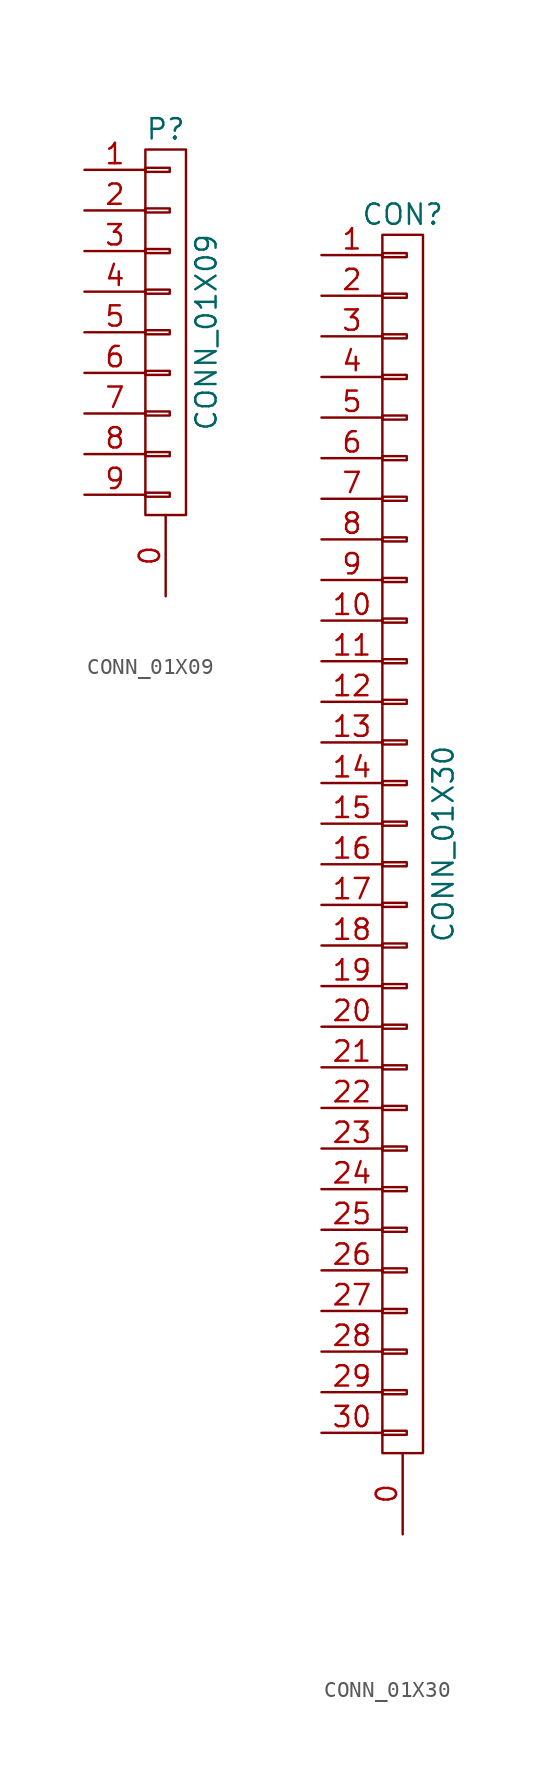
<source format=kicad_sym>
(kicad_symbol_lib
  (version 20241209)
  (generator "kicad_symbol_editor")
  (generator_version "9.0")
  (symbol "CONN_01X09"
    (pin_names
      (offset 1.016)
      (hide yes))
    (property "Reference" "P"
      (at 0 12.7 0)
      (effects (font (size 1.27 1.27))))
    (property "Value" "CONN_01X09"
      (at 2.54 0 90)
      (effects (font (size 1.27 1.27))))
    (property "Footprint" ""
      (at 0 0 0)
      (effects (font (size 1.27 1.27))))
    (property "Datasheet" ""
      (at 0 0 0)
      (effects (font (size 1.27 1.27))))
    (symbol "CONN_01X09_0_1"
      (rectangle (start -1.27 11.43) (end 1.27 -11.43) (stroke (width 0) (type solid)) (fill (type none)))
      (rectangle (start -1.27 10.287) (end 0.254 10.033) (stroke (width 0) (type solid)) (fill (type none)))
      (rectangle (start -1.27 7.747) (end 0.254 7.493) (stroke (width 0) (type solid)) (fill (type none)))
      (rectangle (start -1.27 5.207) (end 0.254 4.953) (stroke (width 0) (type solid)) (fill (type none)))
      (rectangle (start -1.27 2.667) (end 0.254 2.413) (stroke (width 0) (type solid)) (fill (type none)))
      (rectangle (start -1.27 0.127) (end 0.254 -0.127) (stroke (width 0) (type solid)) (fill (type none)))
      (rectangle (start -1.27 -2.413) (end 0.254 -2.667) (stroke (width 0) (type solid)) (fill (type none)))
      (rectangle (start -1.27 -4.953) (end 0.254 -5.207) (stroke (width 0) (type solid)) (fill (type none)))
      (rectangle (start -1.27 -7.493) (end 0.254 -7.747) (stroke (width 0) (type solid)) (fill (type none)))
      (rectangle (start -1.27 -10.033) (end 0.254 -10.287) (stroke (width 0) (type solid)) (fill (type none))))
    (symbol "CONN_01X09_1_1"
      (pin passive line (at -5.08 10.16 0) (length 3.81) (name "P1" (effects (font (size 1.27 1.27)))) (number "1" (effects (font (size 1.27 1.27)))))
      (pin passive line (at -5.08 7.62 0) (length 3.81) (name "P2" (effects (font (size 1.27 1.27)))) (number "2" (effects (font (size 1.27 1.27)))))
      (pin passive line (at -5.08 5.08 0) (length 3.81) (name "P3" (effects (font (size 1.27 1.27)))) (number "3" (effects (font (size 1.27 1.27)))))
      (pin passive line (at -5.08 2.54 0) (length 3.81) (name "P4" (effects (font (size 1.27 1.27)))) (number "4" (effects (font (size 1.27 1.27)))))
      (pin passive line (at -5.08 0 0) (length 3.81) (name "P5" (effects (font (size 1.27 1.27)))) (number "5" (effects (font (size 1.27 1.27)))))
      (pin passive line (at -5.08 -2.54 0) (length 3.81) (name "P6" (effects (font (size 1.27 1.27)))) (number "6" (effects (font (size 1.27 1.27)))))
      (pin passive line (at -5.08 -5.08 0) (length 3.81) (name "P7" (effects (font (size 1.27 1.27)))) (number "7" (effects (font (size 1.27 1.27)))))
      (pin passive line (at -5.08 -7.62 0) (length 3.81) (name "P8" (effects (font (size 1.27 1.27)))) (number "8" (effects (font (size 1.27 1.27)))))
      (pin passive line (at -5.08 -10.16 0) (length 3.81) (name "P9" (effects (font (size 1.27 1.27)))) (number "9" (effects (font (size 1.27 1.27)))))
      (pin passive line (at 0 -16.51 90) (length 5.08) (name "P0" (effects (font (size 1.27 1.27)))) (number "0" (effects (font (size 1.27 1.27)))))))
  (symbol "CONN_01X30"
    (pin_names
      (offset 1.016)
      (hide yes))
    (property "Reference" "CON"
      (at 0 39.37 0)
      (effects (font (size 1.27 1.27))))
    (property "Value" "CONN_01X30"
      (at 2.54 0 90)
      (effects (font (size 1.27 1.27))))
    (property "Footprint" ""
      (at 0 0 0)
      (effects (font (size 1.27 1.27))))
    (property "Datasheet" ""
      (at 0 0 0)
      (effects (font (size 1.27 1.27))))
    (symbol "CONN_01X30_0_1"
      (rectangle (start -1.27 36.957) (end 0.254 36.703) (stroke (width 0) (type solid)) (fill (type none)))
      (rectangle (start -1.27 34.417) (end 0.254 34.163) (stroke (width 0) (type solid)) (fill (type none)))
      (rectangle (start -1.27 31.877) (end 0.254 31.623) (stroke (width 0) (type solid)) (fill (type none)))
      (rectangle (start -1.27 29.337) (end 0.254 29.083) (stroke (width 0) (type solid)) (fill (type none)))
      (rectangle (start -1.27 26.797) (end 0.254 26.543) (stroke (width 0) (type solid)) (fill (type none)))
      (rectangle (start -1.27 24.257) (end 0.254 24.003) (stroke (width 0) (type solid)) (fill (type none)))
      (rectangle (start -1.27 21.717) (end 0.254 21.463) (stroke (width 0) (type solid)) (fill (type none)))
      (rectangle (start -1.27 19.177) (end 0.254 18.923) (stroke (width 0) (type solid)) (fill (type none)))
      (rectangle (start -1.27 16.637) (end 0.254 16.383) (stroke (width 0) (type solid)) (fill (type none)))
      (rectangle (start -1.27 14.097) (end 0.254 13.843) (stroke (width 0) (type solid)) (fill (type none)))
      (rectangle (start -1.27 11.557) (end 0.254 11.303) (stroke (width 0) (type solid)) (fill (type none)))
      (rectangle (start -1.27 9.017) (end 0.254 8.763) (stroke (width 0) (type solid)) (fill (type none)))
      (rectangle (start -1.27 6.477) (end 0.254 6.223) (stroke (width 0) (type solid)) (fill (type none)))
      (rectangle (start -1.27 3.937) (end 0.254 3.683) (stroke (width 0) (type solid)) (fill (type none)))
      (rectangle (start -1.27 1.397) (end 0.254 1.143) (stroke (width 0) (type solid)) (fill (type none)))
      (rectangle (start -1.27 -1.143) (end 0.254 -1.397) (stroke (width 0) (type solid)) (fill (type none)))
      (rectangle (start -1.27 -3.683) (end 0.254 -3.937) (stroke (width 0) (type solid)) (fill (type none)))
      (rectangle (start -1.27 -6.223) (end 0.254 -6.477) (stroke (width 0) (type solid)) (fill (type none)))
      (rectangle (start -1.27 -8.763) (end 0.254 -9.017) (stroke (width 0) (type solid)) (fill (type none)))
      (rectangle (start -1.27 -11.303) (end 0.254 -11.557) (stroke (width 0) (type solid)) (fill (type none)))
      (rectangle (start -1.27 -13.843) (end 0.254 -14.097) (stroke (width 0) (type solid)) (fill (type none)))
      (rectangle (start -1.27 -16.383) (end 0.254 -16.637) (stroke (width 0) (type solid)) (fill (type none)))
      (rectangle (start -1.27 -18.923) (end 0.254 -19.177) (stroke (width 0) (type solid)) (fill (type none)))
      (rectangle (start -1.27 -21.463) (end 0.254 -21.717) (stroke (width 0) (type solid)) (fill (type none)))
      (rectangle (start -1.27 -24.003) (end 0.254 -24.257) (stroke (width 0) (type solid)) (fill (type none)))
      (rectangle (start -1.27 -26.543) (end 0.254 -26.797) (stroke (width 0) (type solid)) (fill (type none)))
      (rectangle (start -1.27 -29.083) (end 0.254 -29.337) (stroke (width 0) (type solid)) (fill (type none)))
      (rectangle (start -1.27 -31.623) (end 0.254 -31.877) (stroke (width 0) (type solid)) (fill (type none)))
      (rectangle (start -1.27 -34.163) (end 0.254 -34.417) (stroke (width 0) (type solid)) (fill (type none)))
      (rectangle (start -1.27 -36.703) (end 0.254 -36.957) (stroke (width 0) (type solid)) (fill (type none)))
      (rectangle (start -1.27 -38.1) (end 1.27 38.1) (stroke (width 0) (type solid)) (fill (type none))))
    (symbol "CONN_01X30_1_1"
      (pin passive line (at -5.08 36.83 0) (length 3.81) (name "P1" (effects (font (size 1.27 1.27)))) (number "1" (effects (font (size 1.27 1.27)))))
      (pin passive line (at -5.08 34.29 0) (length 3.81) (name "P2" (effects (font (size 1.27 1.27)))) (number "2" (effects (font (size 1.27 1.27)))))
      (pin passive line (at -5.08 31.75 0) (length 3.81) (name "P3" (effects (font (size 1.27 1.27)))) (number "3" (effects (font (size 1.27 1.27)))))
      (pin passive line (at -5.08 29.21 0) (length 3.81) (name "P4" (effects (font (size 1.27 1.27)))) (number "4" (effects (font (size 1.27 1.27)))))
      (pin passive line (at -5.08 26.67 0) (length 3.81) (name "P5" (effects (font (size 1.27 1.27)))) (number "5" (effects (font (size 1.27 1.27)))))
      (pin passive line (at -5.08 24.13 0) (length 3.81) (name "P6" (effects (font (size 1.27 1.27)))) (number "6" (effects (font (size 1.27 1.27)))))
      (pin passive line (at -5.08 21.59 0) (length 3.81) (name "P7" (effects (font (size 1.27 1.27)))) (number "7" (effects (font (size 1.27 1.27)))))
      (pin passive line (at -5.08 19.05 0) (length 3.81) (name "P8" (effects (font (size 1.27 1.27)))) (number "8" (effects (font (size 1.27 1.27)))))
      (pin passive line (at -5.08 16.51 0) (length 3.81) (name "P9" (effects (font (size 1.27 1.27)))) (number "9" (effects (font (size 1.27 1.27)))))
      (pin passive line (at -5.08 13.97 0) (length 3.81) (name "P10" (effects (font (size 1.27 1.27)))) (number "10" (effects (font (size 1.27 1.27)))))
      (pin passive line (at -5.08 11.43 0) (length 3.81) (name "P11" (effects (font (size 1.27 1.27)))) (number "11" (effects (font (size 1.27 1.27)))))
      (pin passive line (at -5.08 8.89 0) (length 3.81) (name "P12" (effects (font (size 1.27 1.27)))) (number "12" (effects (font (size 1.27 1.27)))))
      (pin passive line (at -5.08 6.35 0) (length 3.81) (name "P13" (effects (font (size 1.27 1.27)))) (number "13" (effects (font (size 1.27 1.27)))))
      (pin passive line (at -5.08 3.81 0) (length 3.81) (name "P14" (effects (font (size 1.27 1.27)))) (number "14" (effects (font (size 1.27 1.27)))))
      (pin passive line (at -5.08 1.27 0) (length 3.81) (name "P15" (effects (font (size 1.27 1.27)))) (number "15" (effects (font (size 1.27 1.27)))))
      (pin passive line (at -5.08 -1.27 0) (length 3.81) (name "P16" (effects (font (size 1.27 1.27)))) (number "16" (effects (font (size 1.27 1.27)))))
      (pin passive line (at -5.08 -3.81 0) (length 3.81) (name "P17" (effects (font (size 1.27 1.27)))) (number "17" (effects (font (size 1.27 1.27)))))
      (pin passive line (at -5.08 -6.35 0) (length 3.81) (name "P18" (effects (font (size 1.27 1.27)))) (number "18" (effects (font (size 1.27 1.27)))))
      (pin passive line (at -5.08 -8.89 0) (length 3.81) (name "P19" (effects (font (size 1.27 1.27)))) (number "19" (effects (font (size 1.27 1.27)))))
      (pin passive line (at -5.08 -11.43 0) (length 3.81) (name "P20" (effects (font (size 1.27 1.27)))) (number "20" (effects (font (size 1.27 1.27)))))
      (pin passive line (at -5.08 -13.97 0) (length 3.81) (name "P21" (effects (font (size 1.27 1.27)))) (number "21" (effects (font (size 1.27 1.27)))))
      (pin passive line (at -5.08 -16.51 0) (length 3.81) (name "P22" (effects (font (size 1.27 1.27)))) (number "22" (effects (font (size 1.27 1.27)))))
      (pin passive line (at -5.08 -19.05 0) (length 3.81) (name "P23" (effects (font (size 1.27 1.27)))) (number "23" (effects (font (size 1.27 1.27)))))
      (pin passive line (at -5.08 -21.59 0) (length 3.81) (name "P24" (effects (font (size 1.27 1.27)))) (number "24" (effects (font (size 1.27 1.27)))))
      (pin passive line (at -5.08 -24.13 0) (length 3.81) (name "P25" (effects (font (size 1.27 1.27)))) (number "25" (effects (font (size 1.27 1.27)))))
      (pin passive line (at -5.08 -26.67 0) (length 3.81) (name "P26" (effects (font (size 1.27 1.27)))) (number "26" (effects (font (size 1.27 1.27)))))
      (pin passive line (at -5.08 -29.21 0) (length 3.81) (name "P27" (effects (font (size 1.27 1.27)))) (number "27" (effects (font (size 1.27 1.27)))))
      (pin passive line (at -5.08 -31.75 0) (length 3.81) (name "P28" (effects (font (size 1.27 1.27)))) (number "28" (effects (font (size 1.27 1.27)))))
      (pin passive line (at -5.08 -34.29 0) (length 3.81) (name "P29" (effects (font (size 1.27 1.27)))) (number "29" (effects (font (size 1.27 1.27)))))
      (pin passive line (at -5.08 -36.83 0) (length 3.81) (name "P30" (effects (font (size 1.27 1.27)))) (number "30" (effects (font (size 1.27 1.27)))))
      (pin passive line (at 0 -43.18 90) (length 5.08) (name "P0" (effects (font (size 1.27 1.27)))) (number "0" (effects (font (size 1.27 1.27))))))))
</source>
